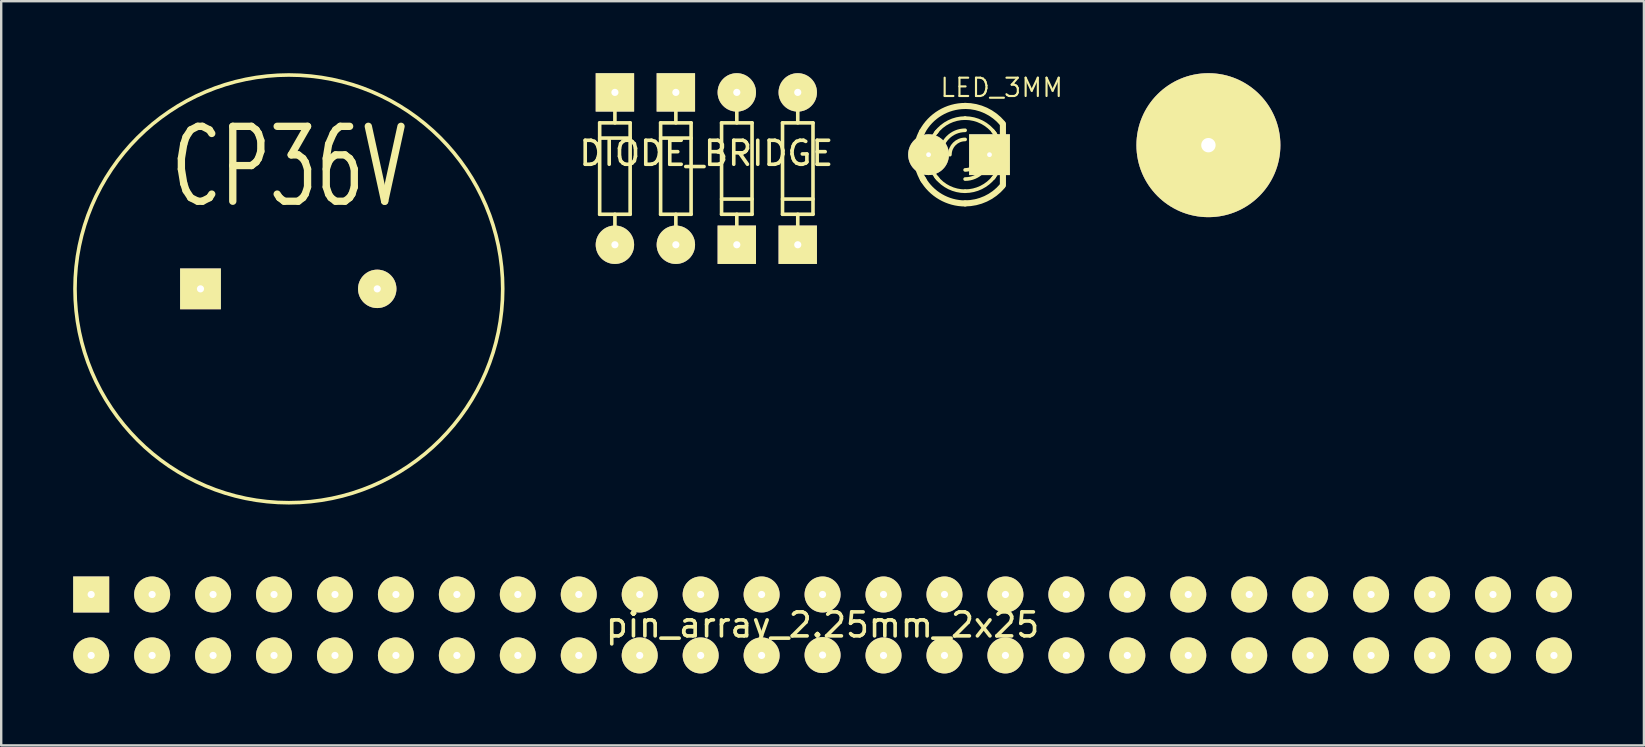
<source format=kicad_pcb>
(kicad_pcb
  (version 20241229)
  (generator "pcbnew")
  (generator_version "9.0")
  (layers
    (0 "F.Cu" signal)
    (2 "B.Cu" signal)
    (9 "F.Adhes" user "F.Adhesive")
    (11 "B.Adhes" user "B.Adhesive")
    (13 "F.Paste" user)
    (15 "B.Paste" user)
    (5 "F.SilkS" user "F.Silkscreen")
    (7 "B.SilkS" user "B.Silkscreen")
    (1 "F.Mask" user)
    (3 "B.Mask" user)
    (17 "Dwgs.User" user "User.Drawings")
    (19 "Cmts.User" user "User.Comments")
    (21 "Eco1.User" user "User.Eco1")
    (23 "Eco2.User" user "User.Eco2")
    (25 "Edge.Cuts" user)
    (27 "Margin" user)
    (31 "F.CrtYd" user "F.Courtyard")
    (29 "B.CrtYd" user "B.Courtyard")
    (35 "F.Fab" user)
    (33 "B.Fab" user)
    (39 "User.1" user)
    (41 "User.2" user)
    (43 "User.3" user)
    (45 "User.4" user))
  (footprint "pin_array_2.25mm_2x25"
    (layer "F.Cu")
    (at 31.23 22.995)
    (property "Reference" "pin_array_2.25mm_2x25" (at 0 0 0) (layer "F.SilkS") (effects (font (size 1 1) (thickness 0.15))))
    (attr through_hole)
    (pad "1" thru_hole rect (at -30.48 -1.27) (size 1.5 1.5) (drill 0.3) (layers "*.Cu" "*.Mask" "F.SilkS"))
    (pad "2" thru_hole circle (at -27.94 -1.27) (size 1.5 1.5) (drill 0.3) (layers "*.Cu" "*.Mask" "F.SilkS"))
    (pad "3" thru_hole circle (at -25.4 -1.27) (size 1.5 1.5) (drill 0.3) (layers "*.Cu" "*.Mask" "F.SilkS"))
    (pad "4" thru_hole circle (at -22.86 -1.27) (size 1.5 1.5) (drill 0.3) (layers "*.Cu" "*.Mask" "F.SilkS"))
    (pad "5" thru_hole circle (at -20.32 -1.27) (size 1.5 1.5) (drill 0.3) (layers "*.Cu" "*.Mask" "F.SilkS"))
    (pad "6" thru_hole circle (at -17.78 -1.27) (size 1.5 1.5) (drill 0.3) (layers "*.Cu" "*.Mask" "F.SilkS"))
    (pad "7" thru_hole circle (at -15.24 -1.27) (size 1.5 1.5) (drill 0.3) (layers "*.Cu" "*.Mask" "F.SilkS"))
    (pad "8" thru_hole circle (at -12.7 -1.27) (size 1.5 1.5) (drill 0.3) (layers "*.Cu" "*.Mask" "F.SilkS"))
    (pad "9" thru_hole circle (at -10.16 -1.27) (size 1.5 1.5) (drill 0.3) (layers "*.Cu" "*.Mask" "F.SilkS"))
    (pad "10" thru_hole circle (at -7.62 -1.27) (size 1.5 1.5) (drill 0.3) (layers "*.Cu" "*.Mask" "F.SilkS"))
    (pad "11" thru_hole circle (at -5.08 -1.27) (size 1.5 1.5) (drill 0.3) (layers "*.Cu" "*.Mask" "F.SilkS"))
    (pad "12" thru_hole circle (at -2.54 -1.27) (size 1.5 1.5) (drill 0.3) (layers "*.Cu" "*.Mask" "F.SilkS"))
    (pad "13" thru_hole circle (at 0 -1.27) (size 1.5 1.5) (drill 0.3) (layers "*.Cu" "*.Mask" "F.SilkS"))
    (pad "14" thru_hole circle (at 2.54 -1.27) (size 1.5 1.5) (drill 0.3) (layers "*.Cu" "*.Mask" "F.SilkS"))
    (pad "15" thru_hole circle (at 5.08 -1.27) (size 1.5 1.5) (drill 0.3) (layers "*.Cu" "*.Mask" "F.SilkS"))
    (pad "16" thru_hole circle (at 7.62 -1.27) (size 1.5 1.5) (drill 0.3) (layers "*.Cu" "*.Mask" "F.SilkS"))
    (pad "17" thru_hole circle (at 10.16 -1.27) (size 1.5 1.5) (drill 0.3) (layers "*.Cu" "*.Mask" "F.SilkS"))
    (pad "18" thru_hole circle (at 12.7 -1.27) (size 1.5 1.5) (drill 0.3) (layers "*.Cu" "*.Mask" "F.SilkS"))
    (pad "19" thru_hole circle (at 15.24 -1.27) (size 1.5 1.5) (drill 0.3) (layers "*.Cu" "*.Mask" "F.SilkS"))
    (pad "20" thru_hole circle (at 17.78 -1.27) (size 1.5 1.5) (drill 0.3) (layers "*.Cu" "*.Mask" "F.SilkS"))
    (pad "21" thru_hole circle (at 20.32 -1.27) (size 1.5 1.5) (drill 0.3) (layers "*.Cu" "*.Mask" "F.SilkS"))
    (pad "22" thru_hole circle (at 22.86 -1.27) (size 1.5 1.5) (drill 0.3) (layers "*.Cu" "*.Mask" "F.SilkS"))
    (pad "23" thru_hole circle (at 25.4 -1.27) (size 1.5 1.5) (drill 0.3) (layers "*.Cu" "*.Mask" "F.SilkS"))
    (pad "24" thru_hole circle (at 27.94 -1.27) (size 1.5 1.5) (drill 0.3) (layers "*.Cu" "*.Mask" "F.SilkS"))
    (pad "25" thru_hole circle (at 30.48 -1.27) (size 1.5 1.5) (drill 0.3) (layers "*.Cu" "*.Mask" "F.SilkS"))
    (pad "26" thru_hole circle (at 30.48 1.27) (size 1.5 1.5) (drill 0.3) (layers "*.Cu" "*.Mask" "F.SilkS"))
    (pad "27" thru_hole circle (at 27.94 1.27) (size 1.5 1.5) (drill 0.3) (layers "*.Cu" "*.Mask" "F.SilkS"))
    (pad "28" thru_hole circle (at 25.4 1.27) (size 1.5 1.5) (drill 0.3) (layers "*.Cu" "*.Mask" "F.SilkS"))
    (pad "29" thru_hole circle (at 22.86 1.27) (size 1.5 1.5) (drill 0.3) (layers "*.Cu" "*.Mask" "F.SilkS"))
    (pad "30" thru_hole circle (at 20.32 1.27) (size 1.5 1.5) (drill 0.3) (layers "*.Cu" "*.Mask" "F.SilkS"))
    (pad "31" thru_hole circle (at 17.78 1.27) (size 1.5 1.5) (drill 0.3) (layers "*.Cu" "*.Mask" "F.SilkS"))
    (pad "32" thru_hole circle (at 15.24 1.27) (size 1.5 1.5) (drill 0.3) (layers "*.Cu" "*.Mask" "F.SilkS"))
    (pad "33" thru_hole circle (at 12.7 1.27) (size 1.5 1.5) (drill 0.3) (layers "*.Cu" "*.Mask" "F.SilkS"))
    (pad "34" thru_hole circle (at 10.16 1.27) (size 1.5 1.5) (drill 0.3) (layers "*.Cu" "*.Mask" "F.SilkS"))
    (pad "35" thru_hole circle (at 7.62 1.27) (size 1.5 1.5) (drill 0.3) (layers "*.Cu" "*.Mask" "F.SilkS"))
    (pad "36" thru_hole circle (at 5.08 1.27) (size 1.5 1.5) (drill 0.3) (layers "*.Cu" "*.Mask" "F.SilkS"))
    (pad "37" thru_hole circle (at 2.54 1.27) (size 1.5 1.5) (drill 0.3) (layers "*.Cu" "*.Mask" "F.SilkS"))
    (pad "38" thru_hole circle (at 0 1.254) (size 1.5 1.5) (drill 0.3) (layers "*.Cu" "*.Mask" "F.SilkS"))
    (pad "39" thru_hole circle (at -2.54 1.27) (size 1.5 1.5) (drill 0.3) (layers "*.Cu" "*.Mask" "F.SilkS"))
    (pad "40" thru_hole circle (at -5.08 1.27) (size 1.5 1.5) (drill 0.3) (layers "*.Cu" "*.Mask" "F.SilkS"))
    (pad "41" thru_hole circle (at -7.62 1.27) (size 1.5 1.5) (drill 0.3) (layers "*.Cu" "*.Mask" "F.SilkS"))
    (pad "42" thru_hole circle (at -10.16 1.27) (size 1.5 1.5) (drill 0.3) (layers "*.Cu" "*.Mask" "F.SilkS"))
    (pad "43" thru_hole circle (at -12.7 1.27) (size 1.5 1.5) (drill 0.3) (layers "*.Cu" "*.Mask" "F.SilkS"))
    (pad "44" thru_hole circle (at -15.24 1.27) (size 1.5 1.5) (drill 0.3) (layers "*.Cu" "*.Mask" "F.SilkS"))
    (pad "45" thru_hole circle (at -17.78 1.27) (size 1.5 1.5) (drill 0.3) (layers "*.Cu" "*.Mask" "F.SilkS"))
    (pad "46" thru_hole circle (at -20.32 1.27) (size 1.5 1.5) (drill 0.3) (layers "*.Cu" "*.Mask" "F.SilkS"))
    (pad "47" thru_hole circle (at -22.86 1.27) (size 1.5 1.5) (drill 0.3) (layers "*.Cu" "*.Mask" "F.SilkS"))
    (pad "48" thru_hole circle (at -25.4 1.27) (size 1.5 1.5) (drill 0.3) (layers "*.Cu" "*.Mask" "F.SilkS"))
    (pad "49" thru_hole circle (at -27.94 1.27) (size 1.5 1.5) (drill 0.3) (layers "*.Cu" "*.Mask" "F.SilkS"))
    (pad "50" thru_hole circle (at -30.48 1.27) (size 1.5 1.5) (drill 0.3) (layers "*.Cu" "*.Mask" "F.SilkS")))
  (footprint "LED_3MM"
    (layer "F.Cu")
    (at 36.917 3.396)
    (property "Reference" "LED_3MM" (at 1.778 -2.794 0) (layer "F.SilkS") (effects (font (size 0.762 0.762) (thickness 0.089))))
    (attr through_hole)
    (fp_line (start 1.829 1.27) (end 1.829 -1.27) (stroke (width 0.254) (type solid)) (layer "F.SilkS"))
    (fp_arc (start -1.778 0) (mid -1.716347 -0.496745) (end -1.53513 -0.963347) (stroke (width 0.254) (type solid)) (layer "F.SilkS"))
    (fp_arc (start -1.5367 -0.95504) (mid -0.790567 -1.739997) (end 0.253025 -2.02946) (stroke (width 0.254) (type solid)) (layer "F.SilkS"))
    (fp_arc (start -1.47574 1.06426) (mid -1.700164 0.553076) (end -1.776923 0.0001) (stroke (width 0.254) (type solid)) (layer "F.SilkS"))
    (fp_arc (start -1.27 0) (mid -1.178999 -0.518738) (end -0.916864 -0.975527) (stroke (width 0.1524) (type solid)) (layer "F.SilkS"))
    (fp_arc (start -0.9652 -0.9144) (mid -0.427912 -1.362928) (end 0.253199 -1.524) (stroke (width 0.1524) (type solid)) (layer "F.SilkS"))
    (fp_arc (start -0.88392 1.01092) (mid -1.168742 0.540951) (end -1.268111 0.000469) (stroke (width 0.1524) (type solid)) (layer "F.SilkS"))
    (fp_arc (start -0.762 0) (mid -0.46442 -0.71842) (end 0.254 -1.016) (stroke (width 0.1524) (type solid)) (layer "F.SilkS"))
    (fp_arc (start -0.381 0) (mid -0.195013 -0.449013) (end 0.254 -0.635) (stroke (width 0.1524) (type solid)) (layer "F.SilkS"))
    (fp_arc (start 0.254 -2.032) (mid 1.114367 -1.840867) (end 1.81288 -1.303426) (stroke (width 0.254) (type solid)) (layer "F.SilkS"))
    (fp_arc (start 0.254 -1.524) (mid 0.950618 -1.35547) (end 1.493166 -0.887155) (stroke (width 0.1524) (type solid)) (layer "F.SilkS"))
    (fp_arc (start 0.254 1.524) (mid -0.415273 1.369179) (end -0.948564 0.936171) (stroke (width 0.1524) (type solid)) (layer "F.SilkS"))
    (fp_arc (start 0.254 2.032) (mid -0.76507 1.757988) (end -1.509299 1.009851) (stroke (width 0.254) (type solid)) (layer "F.SilkS"))
    (fp_arc (start 0.889 0) (mid 0.703013 0.449013) (end 0.254 0.635) (stroke (width 0.1524) (type solid)) (layer "F.SilkS"))
    (fp_arc (start 1.27 0) (mid 0.97242 0.71842) (end 0.254 1.016) (stroke (width 0.1524) (type solid)) (layer "F.SilkS"))
    (fp_arc (start 1.4097 -0.9906) (mid 1.681593 -0.528119) (end 1.776147 -0.000034) (stroke (width 0.1524) (type solid)) (layer "F.SilkS"))
    (fp_arc (start 1.45542 0.93472) (mid 0.922882 1.367373) (end 0.254442 1.522206) (stroke (width 0.1524) (type solid)) (layer "F.SilkS"))
    (fp_arc (start 1.778 0) (mid 1.686999 0.518738) (end 1.424864 0.975527) (stroke (width 0.1524) (type solid)) (layer "F.SilkS"))
    (fp_arc (start 1.8034 1.31064) (mid 1.109154 1.840416) (end 0.256552 2.029387) (stroke (width 0.254) (type solid)) (layer "F.SilkS"))
    (pad "1" thru_hole circle (at -1.27 0) (size 1.7 1.7) (drill 0.2) (layers "*.Cu" "*.Mask" "F.SilkS"))
    (pad "2" thru_hole rect (at 1.27 0) (size 1.7 1.7) (drill 0.2) (layers "*.Cu" "*.Mask" "F.SilkS")))
  (footprint "pad"
    (layer "F.Cu")
    (at 47.31 3)
    (property "Reference" "pad" (at 0 0.508 0) (layer "F.SilkS") (effects (font (size 1 1) (thickness 0.15))))
    (attr through_hole)
    (pad "" thru_hole circle (at 0 0) (size 6 6) (drill 0.6) (layers "*.Cu" "*.Mask" "F.SilkS")))
  (footprint "CP36V"
    (layer "F.Cu")
    (at 8.988 8.988)
    (property "Reference" "CP36V" (at 0 -5.08 0) (layer "F.SilkS") (effects (font (size 3.122 2.045) (thickness 0.305))))
    (attr through_hole)
    (fp_circle (center 0 0) (end 8.89 -0.635) (stroke (width 0.15) (type solid)) (fill no) (layer "F.SilkS"))
    (pad "2" thru_hole circle (at 3.683 0) (size 1.6 1.6) (drill 0.3) (layers "*.Cu" "*.Mask" "F.SilkS"))
    (pad "r1" thru_hole rect (at -3.683 0) (size 1.7 1.7) (drill 0.3) (layers "*.Cu" "*.Mask" "F.SilkS")))
  (footprint "DIODE_BRIDGE"
    (layer "F.Cu")
    (at 26.386 3.975)
    (property "Reference" "DIODE_BRIDGE" (at 0 -0.635 0) (layer "F.SilkS") (effects (font (size 1 1) (thickness 0.15))))
    (attr through_hole)
    (fp_line (start -4.445 -1.905) (end -3.175 -1.905) (stroke (width 0.15) (type solid)) (layer "F.SilkS"))
    (fp_line (start -4.445 -1.27) (end -3.175 -1.27) (stroke (width 0.15) (type solid)) (layer "F.SilkS"))
    (fp_line (start -4.445 1.905) (end -4.445 -1.905) (stroke (width 0.15) (type solid)) (layer "F.SilkS"))
    (fp_line (start -3.81 -3.175) (end -3.81 -1.905) (stroke (width 0.15) (type solid)) (layer "F.SilkS"))
    (fp_line (start -3.81 1.905) (end -3.81 3.175) (stroke (width 0.15) (type solid)) (layer "F.SilkS"))
    (fp_line (start -3.175 -1.905) (end -3.175 1.905) (stroke (width 0.15) (type solid)) (layer "F.SilkS"))
    (fp_line (start -3.175 1.905) (end -4.445 1.905) (stroke (width 0.15) (type solid)) (layer "F.SilkS"))
    (fp_line (start -1.905 -1.905) (end -0.635 -1.905) (stroke (width 0.15) (type solid)) (layer "F.SilkS"))
    (fp_line (start -1.905 -1.27) (end -0.635 -1.27) (stroke (width 0.15) (type solid)) (layer "F.SilkS"))
    (fp_line (start -1.905 1.905) (end -1.905 -1.905) (stroke (width 0.15) (type solid)) (layer "F.SilkS"))
    (fp_line (start -1.27 -3.175) (end -1.27 -1.905) (stroke (width 0.15) (type solid)) (layer "F.SilkS"))
    (fp_line (start -1.27 1.905) (end -1.27 3.175) (stroke (width 0.15) (type solid)) (layer "F.SilkS"))
    (fp_line (start -0.635 -1.905) (end -0.635 1.905) (stroke (width 0.15) (type solid)) (layer "F.SilkS"))
    (fp_line (start -0.635 1.905) (end -1.905 1.905) (stroke (width 0.15) (type solid)) (layer "F.SilkS"))
    (fp_line (start 0.635 -1.905) (end 0.635 1.905) (stroke (width 0.15) (type solid)) (layer "F.SilkS"))
    (fp_line (start 0.635 1.905) (end 1.905 1.905) (stroke (width 0.15) (type solid)) (layer "F.SilkS"))
    (fp_line (start 1.27 -3.175) (end 1.27 -1.905) (stroke (width 0.15) (type solid)) (layer "F.SilkS"))
    (fp_line (start 1.27 1.905) (end 1.27 3.175) (stroke (width 0.15) (type solid)) (layer "F.SilkS"))
    (fp_line (start 1.905 -1.905) (end 0.635 -1.905) (stroke (width 0.15) (type solid)) (layer "F.SilkS"))
    (fp_line (start 1.905 1.27) (end 0.635 1.27) (stroke (width 0.15) (type solid)) (layer "F.SilkS"))
    (fp_line (start 1.905 1.905) (end 1.905 -1.905) (stroke (width 0.15) (type solid)) (layer "F.SilkS"))
    (fp_line (start 3.175 -1.905) (end 4.445 -1.905) (stroke (width 0.15) (type solid)) (layer "F.SilkS"))
    (fp_line (start 3.175 1.905) (end 3.175 -1.905) (stroke (width 0.15) (type solid)) (layer "F.SilkS"))
    (fp_line (start 3.81 -3.175) (end 3.81 -1.905) (stroke (width 0.15) (type solid)) (layer "F.SilkS"))
    (fp_line (start 3.81 1.905) (end 3.81 3.175) (stroke (width 0.15) (type solid)) (layer "F.SilkS"))
    (fp_line (start 4.445 -1.905) (end 4.445 1.905) (stroke (width 0.15) (type solid)) (layer "F.SilkS"))
    (fp_line (start 4.445 1.27) (end 3.175 1.27) (stroke (width 0.15) (type solid)) (layer "F.SilkS"))
    (fp_line (start 4.445 1.905) (end 3.175 1.905) (stroke (width 0.15) (type solid)) (layer "F.SilkS"))
    (pad "1" thru_hole rect (at 1.27 3.175) (size 1.6 1.6) (drill 0.3) (layers "*.Cu" "*.Mask" "F.SilkS"))
    (pad "1" thru_hole rect (at 3.81 3.175) (size 1.6 1.6) (drill 0.3) (layers "*.Cu" "*.Mask" "F.SilkS"))
    (pad "2" thru_hole rect (at -1.27 -3.175) (size 1.6 1.6) (drill 0.3) (layers "*.Cu" "*.Mask" "F.SilkS"))
    (pad "2" thru_hole circle (at 1.27 -3.175) (size 1.6 1.6) (drill 0.3) (layers "*.Cu" "*.Mask" "F.SilkS"))
    (pad "3" thru_hole circle (at -3.81 3.175) (size 1.6 1.6) (drill 0.3) (layers "*.Cu" "*.Mask" "F.SilkS"))
    (pad "3" thru_hole circle (at -1.27 3.175) (size 1.6 1.6) (drill 0.3) (layers "*.Cu" "*.Mask" "F.SilkS"))
    (pad "4" thru_hole rect (at -3.81 -3.175) (size 1.6 1.6) (drill 0.3) (layers "*.Cu" "*.Mask" "F.SilkS"))
    (pad "4" thru_hole circle (at 3.81 -3.175) (size 1.6 1.6) (drill 0.3) (layers "*.Cu" "*.Mask" "F.SilkS")))
  (gr_rect
    (start -3 -3)
    (end 65.46 28.015)
    (stroke (width 0.1) (type default))
    (fill no)
    (layer "Edge.Cuts")))
</source>
